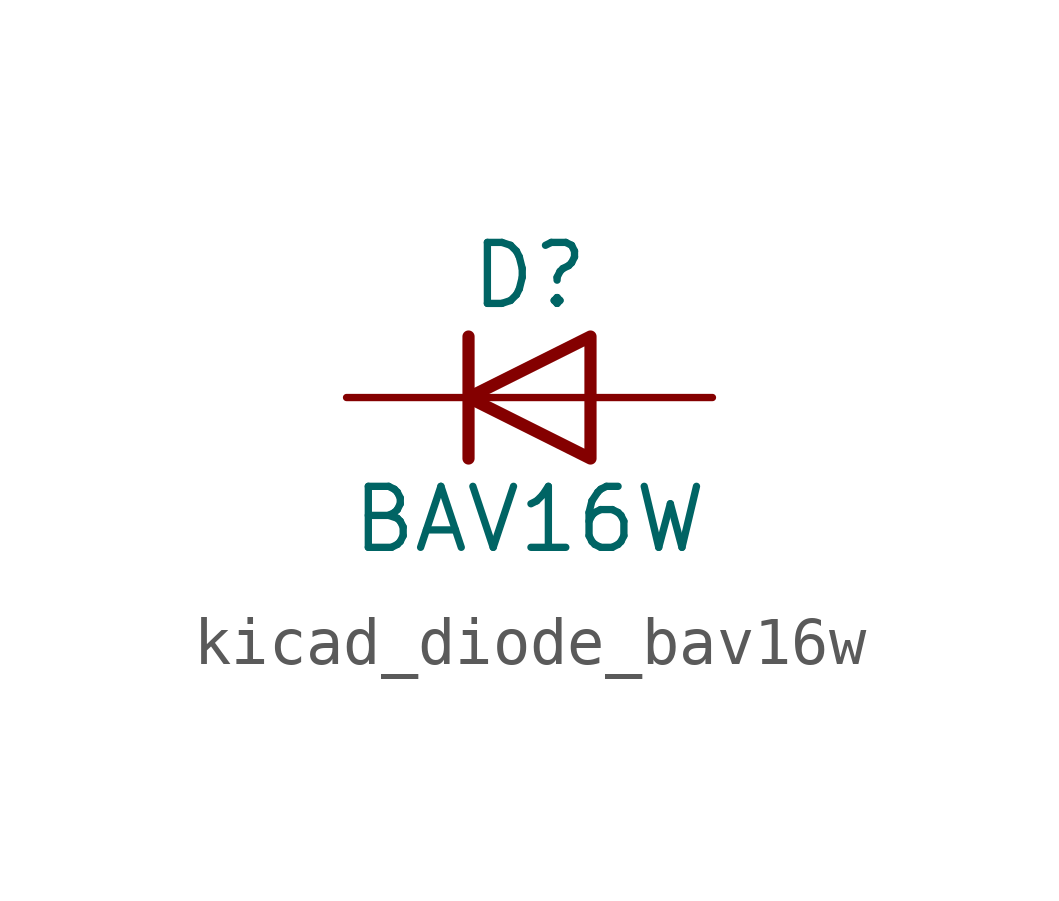
<source format=kicad_sym>
(kicad_symbol_lib
  (version 20220914)
  (generator kicad_symbol_editor)
  (symbol "kicad_diode_bav16w"
    (pin_numbers hide)
    (pin_names hide)
    (property "Reference" "D"
      (at 0 2.54 0)
      (effects (font (size 1.27 1.27))))
    (property "Value" "BAV16W"
      (at 0 -2.54 0)
      (effects (font (size 1.27 1.27))))
    (symbol "kicad_diode_bav16w_0_1"
      (polyline (pts (xy -1.27 1.27) (xy -1.27 -1.27)) (stroke (width 0.254) (type default)) (fill (type none)))
      (polyline (pts (xy 1.27 0) (xy -1.27 0)) (stroke (width 0) (type default)) (fill (type none)))
      (polyline (pts (xy 1.27 1.27) (xy 1.27 -1.27) (xy -1.27 0) (xy 1.27 1.27)) (stroke (width 0.254) (type default)) (fill (type none))))
    (symbol "kicad_diode_bav16w_1_1"
      (pin passive line (at -3.81 0 0) (length 2.54) (name "K" (effects (font (size 1.27 1.27)))) (number "1" (effects (font (size 1.27 1.27)))))
      (pin passive line (at 3.81 0 180) (length 2.54) (name "A" (effects (font (size 1.27 1.27)))) (number "2" (effects (font (size 1.27 1.27))))))))
</source>
